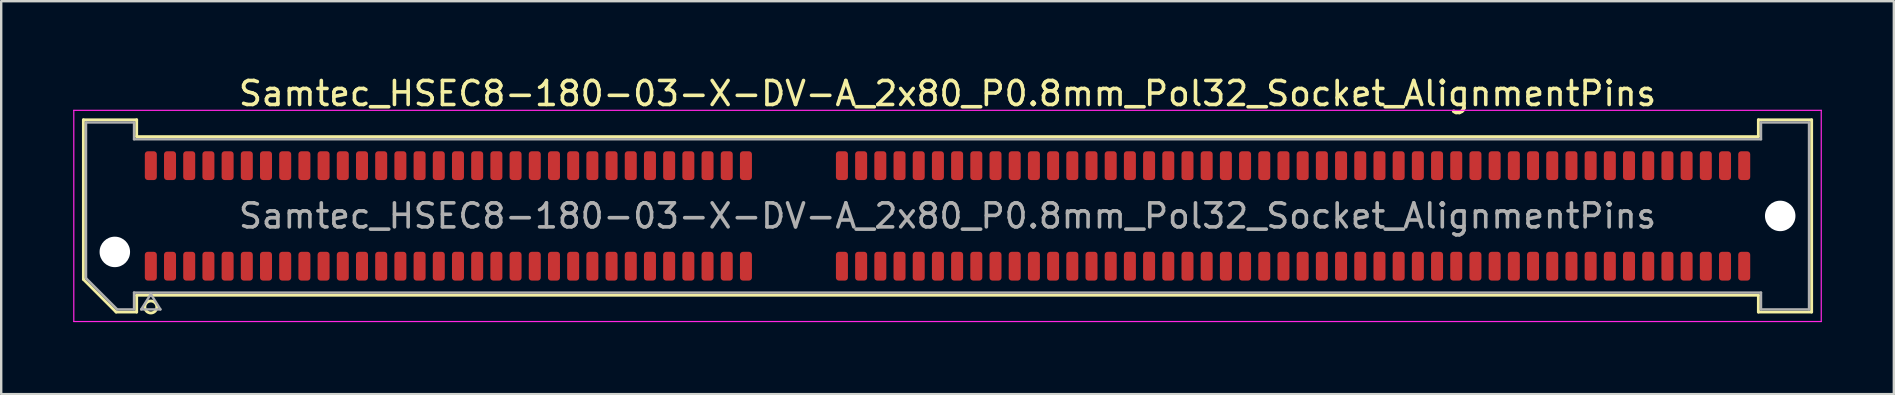
<source format=kicad_pcb>
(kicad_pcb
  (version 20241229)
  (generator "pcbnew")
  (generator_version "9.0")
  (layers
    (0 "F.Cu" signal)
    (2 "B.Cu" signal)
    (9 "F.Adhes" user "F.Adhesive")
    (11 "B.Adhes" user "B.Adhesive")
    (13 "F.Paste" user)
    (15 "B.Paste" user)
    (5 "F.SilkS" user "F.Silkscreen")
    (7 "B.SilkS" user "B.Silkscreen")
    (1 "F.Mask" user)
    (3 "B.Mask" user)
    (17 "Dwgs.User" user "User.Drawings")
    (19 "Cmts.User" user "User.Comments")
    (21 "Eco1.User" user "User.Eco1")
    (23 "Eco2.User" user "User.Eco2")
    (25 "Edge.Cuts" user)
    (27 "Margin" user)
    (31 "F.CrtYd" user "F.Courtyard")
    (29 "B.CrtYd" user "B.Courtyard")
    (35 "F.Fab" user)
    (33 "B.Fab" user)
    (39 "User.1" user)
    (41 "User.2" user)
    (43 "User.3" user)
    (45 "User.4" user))
  (footprint "Samtec_HSEC8-180-03-X-DV-A_2x80_P0.8mm_Pol32_Socket_AlignmentPins"
    (layer "F.Cu")
    (at 36.435 5.948)
    (property "Reference" "Samtec_HSEC8-180-03-X-DV-A_2x80_P0.8mm_Pol32_Socket_AlignmentPins" (at 0 -5.1 0) (layer "F.SilkS") (effects (font (size 1 1) (thickness 0.15))))
    (attr smd)
    (fp_line (start -36.01 -4.005) (end -33.79 -4.005) (stroke (width 0.12) (type solid)) (layer "F.SilkS"))
    (fp_line (start -36.01 2.641) (end -36.01 -4.005) (stroke (width 0.12) (type solid)) (layer "F.SilkS"))
    (fp_line (start -34.646 4.005) (end -36.01 2.641) (stroke (width 0.12) (type solid)) (layer "F.SilkS"))
    (fp_line (start -33.79 -4.005) (end -33.79 -3.305) (stroke (width 0.12) (type solid)) (layer "F.SilkS"))
    (fp_line (start -33.79 -3.305) (end 33.79 -3.305) (stroke (width 0.12) (type solid)) (layer "F.SilkS"))
    (fp_line (start -33.79 3.305) (end -33.79 4.005) (stroke (width 0.12) (type solid)) (layer "F.SilkS"))
    (fp_line (start -33.79 4.005) (end -34.646 4.005) (stroke (width 0.12) (type solid)) (layer "F.SilkS"))
    (fp_line (start 33.79 -4.005) (end 36.01 -4.005) (stroke (width 0.12) (type solid)) (layer "F.SilkS"))
    (fp_line (start 33.79 -3.305) (end 33.79 -4.005) (stroke (width 0.12) (type solid)) (layer "F.SilkS"))
    (fp_line (start 33.79 3.305) (end -33.79 3.305) (stroke (width 0.12) (type solid)) (layer "F.SilkS"))
    (fp_line (start 33.79 4.005) (end 33.79 3.305) (stroke (width 0.12) (type solid)) (layer "F.SilkS"))
    (fp_line (start 36.01 -4.005) (end 36.01 4.005) (stroke (width 0.12) (type solid)) (layer "F.SilkS"))
    (fp_line (start 36.01 4.005) (end 33.79 4.005) (stroke (width 0.12) (type solid)) (layer "F.SilkS"))
    (fp_circle (center -33.2 3.795) (end -32.95 3.795) (stroke (width 0.12) (type solid)) (fill no) (layer "F.SilkS"))
    (fp_line (start -36.41 -4.4) (end -36.41 4.4) (stroke (width 0.05) (type solid)) (layer "F.CrtYd"))
    (fp_line (start -36.41 4.4) (end 36.41 4.4) (stroke (width 0.05) (type solid)) (layer "F.CrtYd"))
    (fp_line (start 36.41 -4.4) (end -36.41 -4.4) (stroke (width 0.05) (type solid)) (layer "F.CrtYd"))
    (fp_line (start 36.41 4.4) (end 36.41 -4.4) (stroke (width 0.05) (type solid)) (layer "F.CrtYd"))
    (fp_line (start -35.9 -3.895) (end -33.9 -3.895) (stroke (width 0.1) (type solid)) (layer "F.Fab"))
    (fp_line (start -35.9 2.595) (end -35.9 -3.895) (stroke (width 0.1) (type solid)) (layer "F.Fab"))
    (fp_line (start -34.6 3.895) (end -35.9 2.595) (stroke (width 0.1) (type solid)) (layer "F.Fab"))
    (fp_line (start -33.9 -3.895) (end -33.9 -3.195) (stroke (width 0.1) (type solid)) (layer "F.Fab"))
    (fp_line (start -33.9 -3.195) (end 33.9 -3.195) (stroke (width 0.1) (type solid)) (layer "F.Fab"))
    (fp_line (start -33.9 3.195) (end -33.9 3.895) (stroke (width 0.1) (type solid)) (layer "F.Fab"))
    (fp_line (start -33.9 3.895) (end -34.6 3.895) (stroke (width 0.1) (type solid)) (layer "F.Fab"))
    (fp_line (start -33.6 3.895) (end -33.2 3.255) (stroke (width 0.1) (type solid)) (layer "F.Fab"))
    (fp_line (start -33.2 3.255) (end -32.8 3.895) (stroke (width 0.1) (type solid)) (layer "F.Fab"))
    (fp_line (start -32.8 3.895) (end -33.6 3.895) (stroke (width 0.1) (type solid)) (layer "F.Fab"))
    (fp_line (start 33.9 -3.895) (end 35.9 -3.895) (stroke (width 0.1) (type solid)) (layer "F.Fab"))
    (fp_line (start 33.9 -3.195) (end 33.9 -3.895) (stroke (width 0.1) (type solid)) (layer "F.Fab"))
    (fp_line (start 33.9 3.195) (end -33.9 3.195) (stroke (width 0.1) (type solid)) (layer "F.Fab"))
    (fp_line (start 33.9 3.895) (end 33.9 3.195) (stroke (width 0.1) (type solid)) (layer "F.Fab"))
    (fp_line (start 35.9 -3.895) (end 35.9 3.895) (stroke (width 0.1) (type solid)) (layer "F.Fab"))
    (fp_line (start 35.9 3.895) (end 33.9 3.895) (stroke (width 0.1) (type solid)) (layer "F.Fab"))
    (fp_text user "${REFERENCE}" (at 0 0 0) (layer "F.Fab") (effects (font (size 1 1) (thickness 0.15))))
    (pad "" np_thru_hole circle (at -34.7 1.5) (size 1.27 1.27) (drill 1.27) (layers "*.Cu" "*.Mask"))
    (pad "" np_thru_hole circle (at 34.7 0) (size 1.27 1.27) (drill 1.27) (layers "*.Cu" "*.Mask"))
    (pad "1" smd roundrect (at -33.2 2.095) (size 0.5 1.2) (layers "F.Cu" "F.Mask" "F.Paste") (roundrect_rratio 0.25))
    (pad "2" smd roundrect (at -33.2 -2.095) (size 0.5 1.2) (layers "F.Cu" "F.Mask" "F.Paste") (roundrect_rratio 0.25))
    (pad "3" smd roundrect (at -32.4 2.095) (size 0.5 1.2) (layers "F.Cu" "F.Mask" "F.Paste") (roundrect_rratio 0.25))
    (pad "4" smd roundrect (at -32.4 -2.095) (size 0.5 1.2) (layers "F.Cu" "F.Mask" "F.Paste") (roundrect_rratio 0.25))
    (pad "5" smd roundrect (at -31.6 2.095) (size 0.5 1.2) (layers "F.Cu" "F.Mask" "F.Paste") (roundrect_rratio 0.25))
    (pad "6" smd roundrect (at -31.6 -2.095) (size 0.5 1.2) (layers "F.Cu" "F.Mask" "F.Paste") (roundrect_rratio 0.25))
    (pad "7" smd roundrect (at -30.8 2.095) (size 0.5 1.2) (layers "F.Cu" "F.Mask" "F.Paste") (roundrect_rratio 0.25))
    (pad "8" smd roundrect (at -30.8 -2.095) (size 0.5 1.2) (layers "F.Cu" "F.Mask" "F.Paste") (roundrect_rratio 0.25))
    (pad "9" smd roundrect (at -30 2.095) (size 0.5 1.2) (layers "F.Cu" "F.Mask" "F.Paste") (roundrect_rratio 0.25))
    (pad "10" smd roundrect (at -30 -2.095) (size 0.5 1.2) (layers "F.Cu" "F.Mask" "F.Paste") (roundrect_rratio 0.25))
    (pad "11" smd roundrect (at -29.2 2.095) (size 0.5 1.2) (layers "F.Cu" "F.Mask" "F.Paste") (roundrect_rratio 0.25))
    (pad "12" smd roundrect (at -29.2 -2.095) (size 0.5 1.2) (layers "F.Cu" "F.Mask" "F.Paste") (roundrect_rratio 0.25))
    (pad "13" smd roundrect (at -28.4 2.095) (size 0.5 1.2) (layers "F.Cu" "F.Mask" "F.Paste") (roundrect_rratio 0.25))
    (pad "14" smd roundrect (at -28.4 -2.095) (size 0.5 1.2) (layers "F.Cu" "F.Mask" "F.Paste") (roundrect_rratio 0.25))
    (pad "15" smd roundrect (at -27.6 2.095) (size 0.5 1.2) (layers "F.Cu" "F.Mask" "F.Paste") (roundrect_rratio 0.25))
    (pad "16" smd roundrect (at -27.6 -2.095) (size 0.5 1.2) (layers "F.Cu" "F.Mask" "F.Paste") (roundrect_rratio 0.25))
    (pad "17" smd roundrect (at -26.8 2.095) (size 0.5 1.2) (layers "F.Cu" "F.Mask" "F.Paste") (roundrect_rratio 0.25))
    (pad "18" smd roundrect (at -26.8 -2.095) (size 0.5 1.2) (layers "F.Cu" "F.Mask" "F.Paste") (roundrect_rratio 0.25))
    (pad "19" smd roundrect (at -26 2.095) (size 0.5 1.2) (layers "F.Cu" "F.Mask" "F.Paste") (roundrect_rratio 0.25))
    (pad "20" smd roundrect (at -26 -2.095) (size 0.5 1.2) (layers "F.Cu" "F.Mask" "F.Paste") (roundrect_rratio 0.25))
    (pad "21" smd roundrect (at -25.2 2.095) (size 0.5 1.2) (layers "F.Cu" "F.Mask" "F.Paste") (roundrect_rratio 0.25))
    (pad "22" smd roundrect (at -25.2 -2.095) (size 0.5 1.2) (layers "F.Cu" "F.Mask" "F.Paste") (roundrect_rratio 0.25))
    (pad "23" smd roundrect (at -24.4 2.095) (size 0.5 1.2) (layers "F.Cu" "F.Mask" "F.Paste") (roundrect_rratio 0.25))
    (pad "24" smd roundrect (at -24.4 -2.095) (size 0.5 1.2) (layers "F.Cu" "F.Mask" "F.Paste") (roundrect_rratio 0.25))
    (pad "25" smd roundrect (at -23.6 2.095) (size 0.5 1.2) (layers "F.Cu" "F.Mask" "F.Paste") (roundrect_rratio 0.25))
    (pad "26" smd roundrect (at -23.6 -2.095) (size 0.5 1.2) (layers "F.Cu" "F.Mask" "F.Paste") (roundrect_rratio 0.25))
    (pad "27" smd roundrect (at -22.8 2.095) (size 0.5 1.2) (layers "F.Cu" "F.Mask" "F.Paste") (roundrect_rratio 0.25))
    (pad "28" smd roundrect (at -22.8 -2.095) (size 0.5 1.2) (layers "F.Cu" "F.Mask" "F.Paste") (roundrect_rratio 0.25))
    (pad "29" smd roundrect (at -22 2.095) (size 0.5 1.2) (layers "F.Cu" "F.Mask" "F.Paste") (roundrect_rratio 0.25))
    (pad "30" smd roundrect (at -22 -2.095) (size 0.5 1.2) (layers "F.Cu" "F.Mask" "F.Paste") (roundrect_rratio 0.25))
    (pad "31" smd roundrect (at -21.2 2.095) (size 0.5 1.2) (layers "F.Cu" "F.Mask" "F.Paste") (roundrect_rratio 0.25))
    (pad "32" smd roundrect (at -21.2 -2.095) (size 0.5 1.2) (layers "F.Cu" "F.Mask" "F.Paste") (roundrect_rratio 0.25))
    (pad "33" smd roundrect (at -20.4 2.095) (size 0.5 1.2) (layers "F.Cu" "F.Mask" "F.Paste") (roundrect_rratio 0.25))
    (pad "34" smd roundrect (at -20.4 -2.095) (size 0.5 1.2) (layers "F.Cu" "F.Mask" "F.Paste") (roundrect_rratio 0.25))
    (pad "35" smd roundrect (at -19.6 2.095) (size 0.5 1.2) (layers "F.Cu" "F.Mask" "F.Paste") (roundrect_rratio 0.25))
    (pad "36" smd roundrect (at -19.6 -2.095) (size 0.5 1.2) (layers "F.Cu" "F.Mask" "F.Paste") (roundrect_rratio 0.25))
    (pad "37" smd roundrect (at -18.8 2.095) (size 0.5 1.2) (layers "F.Cu" "F.Mask" "F.Paste") (roundrect_rratio 0.25))
    (pad "38" smd roundrect (at -18.8 -2.095) (size 0.5 1.2) (layers "F.Cu" "F.Mask" "F.Paste") (roundrect_rratio 0.25))
    (pad "39" smd roundrect (at -18 2.095) (size 0.5 1.2) (layers "F.Cu" "F.Mask" "F.Paste") (roundrect_rratio 0.25))
    (pad "40" smd roundrect (at -18 -2.095) (size 0.5 1.2) (layers "F.Cu" "F.Mask" "F.Paste") (roundrect_rratio 0.25))
    (pad "41" smd roundrect (at -17.2 2.095) (size 0.5 1.2) (layers "F.Cu" "F.Mask" "F.Paste") (roundrect_rratio 0.25))
    (pad "42" smd roundrect (at -17.2 -2.095) (size 0.5 1.2) (layers "F.Cu" "F.Mask" "F.Paste") (roundrect_rratio 0.25))
    (pad "43" smd roundrect (at -16.4 2.095) (size 0.5 1.2) (layers "F.Cu" "F.Mask" "F.Paste") (roundrect_rratio 0.25))
    (pad "44" smd roundrect (at -16.4 -2.095) (size 0.5 1.2) (layers "F.Cu" "F.Mask" "F.Paste") (roundrect_rratio 0.25))
    (pad "45" smd roundrect (at -15.6 2.095) (size 0.5 1.2) (layers "F.Cu" "F.Mask" "F.Paste") (roundrect_rratio 0.25))
    (pad "46" smd roundrect (at -15.6 -2.095) (size 0.5 1.2) (layers "F.Cu" "F.Mask" "F.Paste") (roundrect_rratio 0.25))
    (pad "47" smd roundrect (at -14.8 2.095) (size 0.5 1.2) (layers "F.Cu" "F.Mask" "F.Paste") (roundrect_rratio 0.25))
    (pad "48" smd roundrect (at -14.8 -2.095) (size 0.5 1.2) (layers "F.Cu" "F.Mask" "F.Paste") (roundrect_rratio 0.25))
    (pad "49" smd roundrect (at -14 2.095) (size 0.5 1.2) (layers "F.Cu" "F.Mask" "F.Paste") (roundrect_rratio 0.25))
    (pad "50" smd roundrect (at -14 -2.095) (size 0.5 1.2) (layers "F.Cu" "F.Mask" "F.Paste") (roundrect_rratio 0.25))
    (pad "51" smd roundrect (at -13.2 2.095) (size 0.5 1.2) (layers "F.Cu" "F.Mask" "F.Paste") (roundrect_rratio 0.25))
    (pad "52" smd roundrect (at -13.2 -2.095) (size 0.5 1.2) (layers "F.Cu" "F.Mask" "F.Paste") (roundrect_rratio 0.25))
    (pad "53" smd roundrect (at -12.4 2.095) (size 0.5 1.2) (layers "F.Cu" "F.Mask" "F.Paste") (roundrect_rratio 0.25))
    (pad "54" smd roundrect (at -12.4 -2.095) (size 0.5 1.2) (layers "F.Cu" "F.Mask" "F.Paste") (roundrect_rratio 0.25))
    (pad "55" smd roundrect (at -11.6 2.095) (size 0.5 1.2) (layers "F.Cu" "F.Mask" "F.Paste") (roundrect_rratio 0.25))
    (pad "56" smd roundrect (at -11.6 -2.095) (size 0.5 1.2) (layers "F.Cu" "F.Mask" "F.Paste") (roundrect_rratio 0.25))
    (pad "57" smd roundrect (at -10.8 2.095) (size 0.5 1.2) (layers "F.Cu" "F.Mask" "F.Paste") (roundrect_rratio 0.25))
    (pad "58" smd roundrect (at -10.8 -2.095) (size 0.5 1.2) (layers "F.Cu" "F.Mask" "F.Paste") (roundrect_rratio 0.25))
    (pad "59" smd roundrect (at -10 2.095) (size 0.5 1.2) (layers "F.Cu" "F.Mask" "F.Paste") (roundrect_rratio 0.25))
    (pad "60" smd roundrect (at -10 -2.095) (size 0.5 1.2) (layers "F.Cu" "F.Mask" "F.Paste") (roundrect_rratio 0.25))
    (pad "61" smd roundrect (at -9.2 2.095) (size 0.5 1.2) (layers "F.Cu" "F.Mask" "F.Paste") (roundrect_rratio 0.25))
    (pad "62" smd roundrect (at -9.2 -2.095) (size 0.5 1.2) (layers "F.Cu" "F.Mask" "F.Paste") (roundrect_rratio 0.25))
    (pad "63" smd roundrect (at -8.4 2.095) (size 0.5 1.2) (layers "F.Cu" "F.Mask" "F.Paste") (roundrect_rratio 0.25))
    (pad "64" smd roundrect (at -8.4 -2.095) (size 0.5 1.2) (layers "F.Cu" "F.Mask" "F.Paste") (roundrect_rratio 0.25))
    (pad "65" smd roundrect (at -4.4 2.095) (size 0.5 1.2) (layers "F.Cu" "F.Mask" "F.Paste") (roundrect_rratio 0.25))
    (pad "66" smd roundrect (at -4.4 -2.095) (size 0.5 1.2) (layers "F.Cu" "F.Mask" "F.Paste") (roundrect_rratio 0.25))
    (pad "67" smd roundrect (at -3.6 2.095) (size 0.5 1.2) (layers "F.Cu" "F.Mask" "F.Paste") (roundrect_rratio 0.25))
    (pad "68" smd roundrect (at -3.6 -2.095) (size 0.5 1.2) (layers "F.Cu" "F.Mask" "F.Paste") (roundrect_rratio 0.25))
    (pad "69" smd roundrect (at -2.8 2.095) (size 0.5 1.2) (layers "F.Cu" "F.Mask" "F.Paste") (roundrect_rratio 0.25))
    (pad "70" smd roundrect (at -2.8 -2.095) (size 0.5 1.2) (layers "F.Cu" "F.Mask" "F.Paste") (roundrect_rratio 0.25))
    (pad "71" smd roundrect (at -2 2.095) (size 0.5 1.2) (layers "F.Cu" "F.Mask" "F.Paste") (roundrect_rratio 0.25))
    (pad "72" smd roundrect (at -2 -2.095) (size 0.5 1.2) (layers "F.Cu" "F.Mask" "F.Paste") (roundrect_rratio 0.25))
    (pad "73" smd roundrect (at -1.2 2.095) (size 0.5 1.2) (layers "F.Cu" "F.Mask" "F.Paste") (roundrect_rratio 0.25))
    (pad "74" smd roundrect (at -1.2 -2.095) (size 0.5 1.2) (layers "F.Cu" "F.Mask" "F.Paste") (roundrect_rratio 0.25))
    (pad "75" smd roundrect (at -0.4 2.095) (size 0.5 1.2) (layers "F.Cu" "F.Mask" "F.Paste") (roundrect_rratio 0.25))
    (pad "76" smd roundrect (at -0.4 -2.095) (size 0.5 1.2) (layers "F.Cu" "F.Mask" "F.Paste") (roundrect_rratio 0.25))
    (pad "77" smd roundrect (at 0.4 2.095) (size 0.5 1.2) (layers "F.Cu" "F.Mask" "F.Paste") (roundrect_rratio 0.25))
    (pad "78" smd roundrect (at 0.4 -2.095) (size 0.5 1.2) (layers "F.Cu" "F.Mask" "F.Paste") (roundrect_rratio 0.25))
    (pad "79" smd roundrect (at 1.2 2.095) (size 0.5 1.2) (layers "F.Cu" "F.Mask" "F.Paste") (roundrect_rratio 0.25))
    (pad "80" smd roundrect (at 1.2 -2.095) (size 0.5 1.2) (layers "F.Cu" "F.Mask" "F.Paste") (roundrect_rratio 0.25))
    (pad "81" smd roundrect (at 2 2.095) (size 0.5 1.2) (layers "F.Cu" "F.Mask" "F.Paste") (roundrect_rratio 0.25))
    (pad "82" smd roundrect (at 2 -2.095) (size 0.5 1.2) (layers "F.Cu" "F.Mask" "F.Paste") (roundrect_rratio 0.25))
    (pad "83" smd roundrect (at 2.8 2.095) (size 0.5 1.2) (layers "F.Cu" "F.Mask" "F.Paste") (roundrect_rratio 0.25))
    (pad "84" smd roundrect (at 2.8 -2.095) (size 0.5 1.2) (layers "F.Cu" "F.Mask" "F.Paste") (roundrect_rratio 0.25))
    (pad "85" smd roundrect (at 3.6 2.095) (size 0.5 1.2) (layers "F.Cu" "F.Mask" "F.Paste") (roundrect_rratio 0.25))
    (pad "86" smd roundrect (at 3.6 -2.095) (size 0.5 1.2) (layers "F.Cu" "F.Mask" "F.Paste") (roundrect_rratio 0.25))
    (pad "87" smd roundrect (at 4.4 2.095) (size 0.5 1.2) (layers "F.Cu" "F.Mask" "F.Paste") (roundrect_rratio 0.25))
    (pad "88" smd roundrect (at 4.4 -2.095) (size 0.5 1.2) (layers "F.Cu" "F.Mask" "F.Paste") (roundrect_rratio 0.25))
    (pad "89" smd roundrect (at 5.2 2.095) (size 0.5 1.2) (layers "F.Cu" "F.Mask" "F.Paste") (roundrect_rratio 0.25))
    (pad "90" smd roundrect (at 5.2 -2.095) (size 0.5 1.2) (layers "F.Cu" "F.Mask" "F.Paste") (roundrect_rratio 0.25))
    (pad "91" smd roundrect (at 6 2.095) (size 0.5 1.2) (layers "F.Cu" "F.Mask" "F.Paste") (roundrect_rratio 0.25))
    (pad "92" smd roundrect (at 6 -2.095) (size 0.5 1.2) (layers "F.Cu" "F.Mask" "F.Paste") (roundrect_rratio 0.25))
    (pad "93" smd roundrect (at 6.8 2.095) (size 0.5 1.2) (layers "F.Cu" "F.Mask" "F.Paste") (roundrect_rratio 0.25))
    (pad "94" smd roundrect (at 6.8 -2.095) (size 0.5 1.2) (layers "F.Cu" "F.Mask" "F.Paste") (roundrect_rratio 0.25))
    (pad "95" smd roundrect (at 7.6 2.095) (size 0.5 1.2) (layers "F.Cu" "F.Mask" "F.Paste") (roundrect_rratio 0.25))
    (pad "96" smd roundrect (at 7.6 -2.095) (size 0.5 1.2) (layers "F.Cu" "F.Mask" "F.Paste") (roundrect_rratio 0.25))
    (pad "97" smd roundrect (at 8.4 2.095) (size 0.5 1.2) (layers "F.Cu" "F.Mask" "F.Paste") (roundrect_rratio 0.25))
    (pad "98" smd roundrect (at 8.4 -2.095) (size 0.5 1.2) (layers "F.Cu" "F.Mask" "F.Paste") (roundrect_rratio 0.25))
    (pad "99" smd roundrect (at 9.2 2.095) (size 0.5 1.2) (layers "F.Cu" "F.Mask" "F.Paste") (roundrect_rratio 0.25))
    (pad "100" smd roundrect (at 9.2 -2.095) (size 0.5 1.2) (layers "F.Cu" "F.Mask" "F.Paste") (roundrect_rratio 0.25))
    (pad "101" smd roundrect (at 10 2.095) (size 0.5 1.2) (layers "F.Cu" "F.Mask" "F.Paste") (roundrect_rratio 0.25))
    (pad "102" smd roundrect (at 10 -2.095) (size 0.5 1.2) (layers "F.Cu" "F.Mask" "F.Paste") (roundrect_rratio 0.25))
    (pad "103" smd roundrect (at 10.8 2.095) (size 0.5 1.2) (layers "F.Cu" "F.Mask" "F.Paste") (roundrect_rratio 0.25))
    (pad "104" smd roundrect (at 10.8 -2.095) (size 0.5 1.2) (layers "F.Cu" "F.Mask" "F.Paste") (roundrect_rratio 0.25))
    (pad "105" smd roundrect (at 11.6 2.095) (size 0.5 1.2) (layers "F.Cu" "F.Mask" "F.Paste") (roundrect_rratio 0.25))
    (pad "106" smd roundrect (at 11.6 -2.095) (size 0.5 1.2) (layers "F.Cu" "F.Mask" "F.Paste") (roundrect_rratio 0.25))
    (pad "107" smd roundrect (at 12.4 2.095) (size 0.5 1.2) (layers "F.Cu" "F.Mask" "F.Paste") (roundrect_rratio 0.25))
    (pad "108" smd roundrect (at 12.4 -2.095) (size 0.5 1.2) (layers "F.Cu" "F.Mask" "F.Paste") (roundrect_rratio 0.25))
    (pad "109" smd roundrect (at 13.2 2.095) (size 0.5 1.2) (layers "F.Cu" "F.Mask" "F.Paste") (roundrect_rratio 0.25))
    (pad "110" smd roundrect (at 13.2 -2.095) (size 0.5 1.2) (layers "F.Cu" "F.Mask" "F.Paste") (roundrect_rratio 0.25))
    (pad "111" smd roundrect (at 14 2.095) (size 0.5 1.2) (layers "F.Cu" "F.Mask" "F.Paste") (roundrect_rratio 0.25))
    (pad "112" smd roundrect (at 14 -2.095) (size 0.5 1.2) (layers "F.Cu" "F.Mask" "F.Paste") (roundrect_rratio 0.25))
    (pad "113" smd roundrect (at 14.8 2.095) (size 0.5 1.2) (layers "F.Cu" "F.Mask" "F.Paste") (roundrect_rratio 0.25))
    (pad "114" smd roundrect (at 14.8 -2.095) (size 0.5 1.2) (layers "F.Cu" "F.Mask" "F.Paste") (roundrect_rratio 0.25))
    (pad "115" smd roundrect (at 15.6 2.095) (size 0.5 1.2) (layers "F.Cu" "F.Mask" "F.Paste") (roundrect_rratio 0.25))
    (pad "116" smd roundrect (at 15.6 -2.095) (size 0.5 1.2) (layers "F.Cu" "F.Mask" "F.Paste") (roundrect_rratio 0.25))
    (pad "117" smd roundrect (at 16.4 2.095) (size 0.5 1.2) (layers "F.Cu" "F.Mask" "F.Paste") (roundrect_rratio 0.25))
    (pad "118" smd roundrect (at 16.4 -2.095) (size 0.5 1.2) (layers "F.Cu" "F.Mask" "F.Paste") (roundrect_rratio 0.25))
    (pad "119" smd roundrect (at 17.2 2.095) (size 0.5 1.2) (layers "F.Cu" "F.Mask" "F.Paste") (roundrect_rratio 0.25))
    (pad "120" smd roundrect (at 17.2 -2.095) (size 0.5 1.2) (layers "F.Cu" "F.Mask" "F.Paste") (roundrect_rratio 0.25))
    (pad "121" smd roundrect (at 18 2.095) (size 0.5 1.2) (layers "F.Cu" "F.Mask" "F.Paste") (roundrect_rratio 0.25))
    (pad "122" smd roundrect (at 18 -2.095) (size 0.5 1.2) (layers "F.Cu" "F.Mask" "F.Paste") (roundrect_rratio 0.25))
    (pad "123" smd roundrect (at 18.8 2.095) (size 0.5 1.2) (layers "F.Cu" "F.Mask" "F.Paste") (roundrect_rratio 0.25))
    (pad "124" smd roundrect (at 18.8 -2.095) (size 0.5 1.2) (layers "F.Cu" "F.Mask" "F.Paste") (roundrect_rratio 0.25))
    (pad "125" smd roundrect (at 19.6 2.095) (size 0.5 1.2) (layers "F.Cu" "F.Mask" "F.Paste") (roundrect_rratio 0.25))
    (pad "126" smd roundrect (at 19.6 -2.095) (size 0.5 1.2) (layers "F.Cu" "F.Mask" "F.Paste") (roundrect_rratio 0.25))
    (pad "127" smd roundrect (at 20.4 2.095) (size 0.5 1.2) (layers "F.Cu" "F.Mask" "F.Paste") (roundrect_rratio 0.25))
    (pad "128" smd roundrect (at 20.4 -2.095) (size 0.5 1.2) (layers "F.Cu" "F.Mask" "F.Paste") (roundrect_rratio 0.25))
    (pad "129" smd roundrect (at 21.2 2.095) (size 0.5 1.2) (layers "F.Cu" "F.Mask" "F.Paste") (roundrect_rratio 0.25))
    (pad "130" smd roundrect (at 21.2 -2.095) (size 0.5 1.2) (layers "F.Cu" "F.Mask" "F.Paste") (roundrect_rratio 0.25))
    (pad "131" smd roundrect (at 22 2.095) (size 0.5 1.2) (layers "F.Cu" "F.Mask" "F.Paste") (roundrect_rratio 0.25))
    (pad "132" smd roundrect (at 22 -2.095) (size 0.5 1.2) (layers "F.Cu" "F.Mask" "F.Paste") (roundrect_rratio 0.25))
    (pad "133" smd roundrect (at 22.8 2.095) (size 0.5 1.2) (layers "F.Cu" "F.Mask" "F.Paste") (roundrect_rratio 0.25))
    (pad "134" smd roundrect (at 22.8 -2.095) (size 0.5 1.2) (layers "F.Cu" "F.Mask" "F.Paste") (roundrect_rratio 0.25))
    (pad "135" smd roundrect (at 23.6 2.095) (size 0.5 1.2) (layers "F.Cu" "F.Mask" "F.Paste") (roundrect_rratio 0.25))
    (pad "136" smd roundrect (at 23.6 -2.095) (size 0.5 1.2) (layers "F.Cu" "F.Mask" "F.Paste") (roundrect_rratio 0.25))
    (pad "137" smd roundrect (at 24.4 2.095) (size 0.5 1.2) (layers "F.Cu" "F.Mask" "F.Paste") (roundrect_rratio 0.25))
    (pad "138" smd roundrect (at 24.4 -2.095) (size 0.5 1.2) (layers "F.Cu" "F.Mask" "F.Paste") (roundrect_rratio 0.25))
    (pad "139" smd roundrect (at 25.2 2.095) (size 0.5 1.2) (layers "F.Cu" "F.Mask" "F.Paste") (roundrect_rratio 0.25))
    (pad "140" smd roundrect (at 25.2 -2.095) (size 0.5 1.2) (layers "F.Cu" "F.Mask" "F.Paste") (roundrect_rratio 0.25))
    (pad "141" smd roundrect (at 26 2.095) (size 0.5 1.2) (layers "F.Cu" "F.Mask" "F.Paste") (roundrect_rratio 0.25))
    (pad "142" smd roundrect (at 26 -2.095) (size 0.5 1.2) (layers "F.Cu" "F.Mask" "F.Paste") (roundrect_rratio 0.25))
    (pad "143" smd roundrect (at 26.8 2.095) (size 0.5 1.2) (layers "F.Cu" "F.Mask" "F.Paste") (roundrect_rratio 0.25))
    (pad "144" smd roundrect (at 26.8 -2.095) (size 0.5 1.2) (layers "F.Cu" "F.Mask" "F.Paste") (roundrect_rratio 0.25))
    (pad "145" smd roundrect (at 27.6 2.095) (size 0.5 1.2) (layers "F.Cu" "F.Mask" "F.Paste") (roundrect_rratio 0.25))
    (pad "146" smd roundrect (at 27.6 -2.095) (size 0.5 1.2) (layers "F.Cu" "F.Mask" "F.Paste") (roundrect_rratio 0.25))
    (pad "147" smd roundrect (at 28.4 2.095) (size 0.5 1.2) (layers "F.Cu" "F.Mask" "F.Paste") (roundrect_rratio 0.25))
    (pad "148" smd roundrect (at 28.4 -2.095) (size 0.5 1.2) (layers "F.Cu" "F.Mask" "F.Paste") (roundrect_rratio 0.25))
    (pad "149" smd roundrect (at 29.2 2.095) (size 0.5 1.2) (layers "F.Cu" "F.Mask" "F.Paste") (roundrect_rratio 0.25))
    (pad "150" smd roundrect (at 29.2 -2.095) (size 0.5 1.2) (layers "F.Cu" "F.Mask" "F.Paste") (roundrect_rratio 0.25))
    (pad "151" smd roundrect (at 30 2.095) (size 0.5 1.2) (layers "F.Cu" "F.Mask" "F.Paste") (roundrect_rratio 0.25))
    (pad "152" smd roundrect (at 30 -2.095) (size 0.5 1.2) (layers "F.Cu" "F.Mask" "F.Paste") (roundrect_rratio 0.25))
    (pad "153" smd roundrect (at 30.8 2.095) (size 0.5 1.2) (layers "F.Cu" "F.Mask" "F.Paste") (roundrect_rratio 0.25))
    (pad "154" smd roundrect (at 30.8 -2.095) (size 0.5 1.2) (layers "F.Cu" "F.Mask" "F.Paste") (roundrect_rratio 0.25))
    (pad "155" smd roundrect (at 31.6 2.095) (size 0.5 1.2) (layers "F.Cu" "F.Mask" "F.Paste") (roundrect_rratio 0.25))
    (pad "156" smd roundrect (at 31.6 -2.095) (size 0.5 1.2) (layers "F.Cu" "F.Mask" "F.Paste") (roundrect_rratio 0.25))
    (pad "157" smd roundrect (at 32.4 2.095) (size 0.5 1.2) (layers "F.Cu" "F.Mask" "F.Paste") (roundrect_rratio 0.25))
    (pad "158" smd roundrect (at 32.4 -2.095) (size 0.5 1.2) (layers "F.Cu" "F.Mask" "F.Paste") (roundrect_rratio 0.25))
    (pad "159" smd roundrect (at 33.2 2.095) (size 0.5 1.2) (layers "F.Cu" "F.Mask" "F.Paste") (roundrect_rratio 0.25))
    (pad "160" smd roundrect (at 33.2 -2.095) (size 0.5 1.2) (layers "F.Cu" "F.Mask" "F.Paste") (roundrect_rratio 0.25)))
  (gr_rect
    (start -3 -3)
    (end 75.87 13.373)
    (stroke (width 0.1) (type default))
    (fill no)
    (layer "Edge.Cuts")))
</source>
